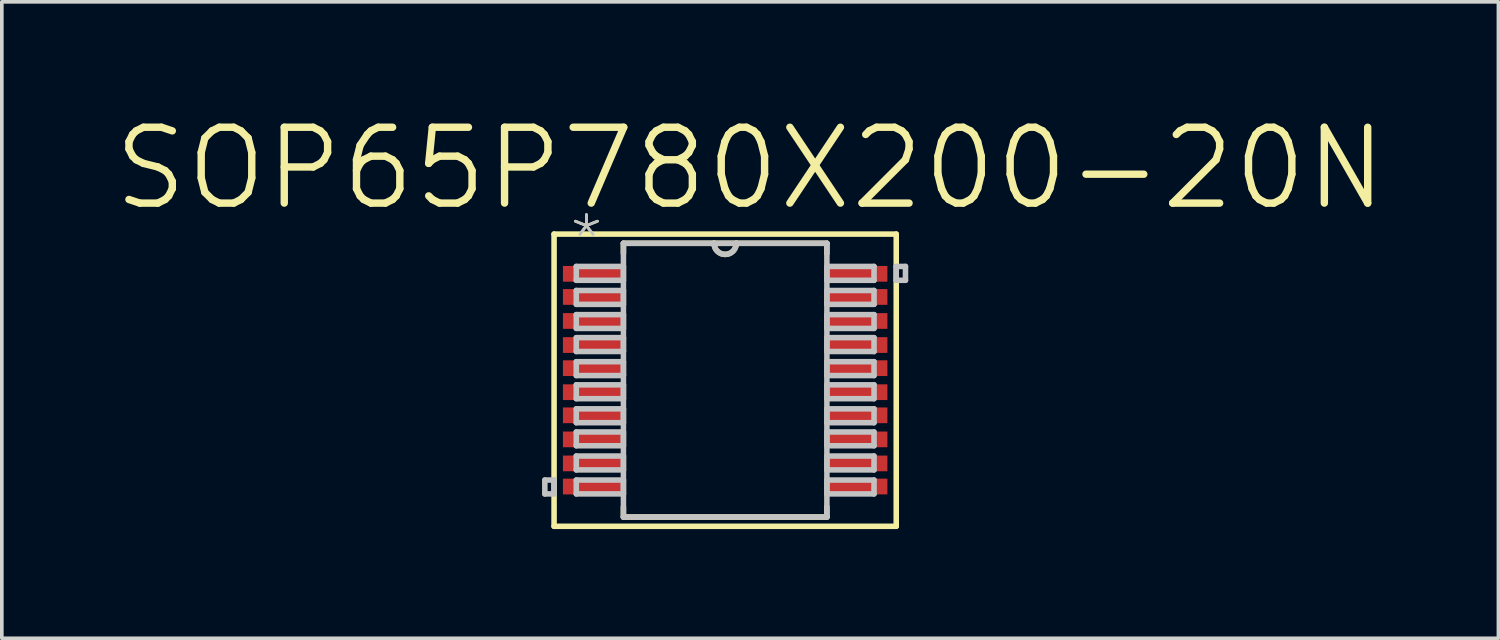
<source format=kicad_pcb>
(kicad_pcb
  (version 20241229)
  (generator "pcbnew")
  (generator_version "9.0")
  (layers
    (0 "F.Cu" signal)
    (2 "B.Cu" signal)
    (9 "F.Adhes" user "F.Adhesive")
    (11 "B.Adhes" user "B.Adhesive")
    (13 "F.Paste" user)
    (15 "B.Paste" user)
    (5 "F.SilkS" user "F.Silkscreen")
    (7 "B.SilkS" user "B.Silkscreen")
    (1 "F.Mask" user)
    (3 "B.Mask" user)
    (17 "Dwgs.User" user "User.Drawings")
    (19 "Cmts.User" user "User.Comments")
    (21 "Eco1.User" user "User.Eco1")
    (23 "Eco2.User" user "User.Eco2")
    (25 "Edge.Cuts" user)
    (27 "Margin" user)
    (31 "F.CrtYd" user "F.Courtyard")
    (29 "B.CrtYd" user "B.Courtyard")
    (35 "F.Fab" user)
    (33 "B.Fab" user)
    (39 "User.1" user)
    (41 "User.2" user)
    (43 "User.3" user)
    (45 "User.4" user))
  (footprint "SOP65P780X200-20N"
    (layer "F.Cu")
    (at 16.867 7.392)
    (property "Reference" "SOP65P780X200-20N" (at 0.686 -5.817 0) (layer "F.SilkS") (effects (font (size 2.083 2.083) (thickness 0.203))))
    (attr smd)
    (fp_line (start -4.699 -4.013) (end 4.699 -4.013) (stroke (width 0.152) (type solid)) (layer "F.SilkS"))
    (fp_line (start -4.699 4.013) (end -4.699 -4.013) (stroke (width 0.152) (type solid)) (layer "F.SilkS"))
    (fp_line (start -2.794 -3.759) (end -2.794 -3.48) (stroke (width 0.152) (type solid)) (layer "F.SilkS"))
    (fp_line (start -2.794 3.48) (end -2.794 3.759) (stroke (width 0.152) (type solid)) (layer "F.SilkS"))
    (fp_line (start -2.794 3.759) (end 2.794 3.759) (stroke (width 0.152) (type solid)) (layer "F.SilkS"))
    (fp_line (start -0.305 -3.759) (end -2.794 -3.759) (stroke (width 0.152) (type solid)) (layer "F.SilkS"))
    (fp_line (start 0.305 -3.759) (end -0.305 -3.759) (stroke (width 0.152) (type solid)) (layer "F.SilkS"))
    (fp_line (start 2.794 -3.759) (end 0.305 -3.759) (stroke (width 0.152) (type solid)) (layer "F.SilkS"))
    (fp_line (start 2.794 -3.48) (end 2.794 -3.759) (stroke (width 0.152) (type solid)) (layer "F.SilkS"))
    (fp_line (start 2.794 3.759) (end 2.794 3.48) (stroke (width 0.152) (type solid)) (layer "F.SilkS"))
    (fp_line (start 4.699 -4.013) (end 4.699 4.013) (stroke (width 0.152) (type solid)) (layer "F.SilkS"))
    (fp_line (start 4.699 4.013) (end -4.699 4.013) (stroke (width 0.152) (type solid)) (layer "F.SilkS"))
    (fp_arc (start 0.3048 -3.7592) (mid 0 -3.4544) (end -0.3048 -3.7592) (stroke (width 0.1524) (type solid)) (layer "F.SilkS"))
    (fp_line (start -4.953 2.743) (end -4.953 3.124) (stroke (width 0.152) (type solid)) (layer "Dwgs.User"))
    (fp_line (start -4.953 3.124) (end -4.699 3.124) (stroke (width 0.152) (type solid)) (layer "Dwgs.User"))
    (fp_line (start -4.699 2.743) (end -4.953 2.743) (stroke (width 0.152) (type solid)) (layer "Dwgs.User"))
    (fp_line (start -4.699 3.124) (end -4.699 2.743) (stroke (width 0.152) (type solid)) (layer "Dwgs.User"))
    (fp_line (start -4.089 -3.124) (end -4.089 -2.743) (stroke (width 0.152) (type solid)) (layer "Dwgs.User"))
    (fp_line (start -4.089 -2.743) (end -2.794 -2.743) (stroke (width 0.152) (type solid)) (layer "Dwgs.User"))
    (fp_line (start -4.089 -2.464) (end -4.089 -2.083) (stroke (width 0.152) (type solid)) (layer "Dwgs.User"))
    (fp_line (start -4.089 -2.083) (end -2.794 -2.083) (stroke (width 0.152) (type solid)) (layer "Dwgs.User"))
    (fp_line (start -4.089 -1.801) (end -4.089 -1.422) (stroke (width 0.152) (type solid)) (layer "Dwgs.User"))
    (fp_line (start -4.089 -1.422) (end -2.794 -1.422) (stroke (width 0.152) (type solid)) (layer "Dwgs.User"))
    (fp_line (start -4.089 -1.168) (end -4.089 -0.787) (stroke (width 0.152) (type solid)) (layer "Dwgs.User"))
    (fp_line (start -4.089 -0.787) (end -2.794 -0.787) (stroke (width 0.152) (type solid)) (layer "Dwgs.User"))
    (fp_line (start -4.089 -0.508) (end -4.089 -0.127) (stroke (width 0.152) (type solid)) (layer "Dwgs.User"))
    (fp_line (start -4.089 -0.127) (end -2.794 -0.127) (stroke (width 0.152) (type solid)) (layer "Dwgs.User"))
    (fp_line (start -4.089 0.127) (end -4.089 0.508) (stroke (width 0.152) (type solid)) (layer "Dwgs.User"))
    (fp_line (start -4.089 0.508) (end -2.794 0.508) (stroke (width 0.152) (type solid)) (layer "Dwgs.User"))
    (fp_line (start -4.089 0.787) (end -4.089 1.168) (stroke (width 0.152) (type solid)) (layer "Dwgs.User"))
    (fp_line (start -4.089 1.168) (end -2.794 1.168) (stroke (width 0.152) (type solid)) (layer "Dwgs.User"))
    (fp_line (start -4.089 1.422) (end -4.089 1.801) (stroke (width 0.152) (type solid)) (layer "Dwgs.User"))
    (fp_line (start -4.089 1.801) (end -2.794 1.801) (stroke (width 0.152) (type solid)) (layer "Dwgs.User"))
    (fp_line (start -4.089 2.083) (end -4.089 2.464) (stroke (width 0.152) (type solid)) (layer "Dwgs.User"))
    (fp_line (start -4.089 2.464) (end -2.794 2.464) (stroke (width 0.152) (type solid)) (layer "Dwgs.User"))
    (fp_line (start -4.089 2.743) (end -4.089 3.124) (stroke (width 0.152) (type solid)) (layer "Dwgs.User"))
    (fp_line (start -4.089 3.124) (end -2.794 3.124) (stroke (width 0.152) (type solid)) (layer "Dwgs.User"))
    (fp_line (start -2.794 -3.759) (end -2.794 3.759) (stroke (width 0.152) (type solid)) (layer "Dwgs.User"))
    (fp_line (start -2.794 -3.124) (end -4.089 -3.124) (stroke (width 0.152) (type solid)) (layer "Dwgs.User"))
    (fp_line (start -2.794 -2.743) (end -2.794 -3.124) (stroke (width 0.152) (type solid)) (layer "Dwgs.User"))
    (fp_line (start -2.794 -2.464) (end -4.089 -2.464) (stroke (width 0.152) (type solid)) (layer "Dwgs.User"))
    (fp_line (start -2.794 -2.083) (end -2.794 -2.464) (stroke (width 0.152) (type solid)) (layer "Dwgs.User"))
    (fp_line (start -2.794 -1.801) (end -4.089 -1.801) (stroke (width 0.152) (type solid)) (layer "Dwgs.User"))
    (fp_line (start -2.794 -1.422) (end -2.794 -1.801) (stroke (width 0.152) (type solid)) (layer "Dwgs.User"))
    (fp_line (start -2.794 -1.168) (end -4.089 -1.168) (stroke (width 0.152) (type solid)) (layer "Dwgs.User"))
    (fp_line (start -2.794 -0.787) (end -2.794 -1.168) (stroke (width 0.152) (type solid)) (layer "Dwgs.User"))
    (fp_line (start -2.794 -0.508) (end -4.089 -0.508) (stroke (width 0.152) (type solid)) (layer "Dwgs.User"))
    (fp_line (start -2.794 -0.127) (end -2.794 -0.508) (stroke (width 0.152) (type solid)) (layer "Dwgs.User"))
    (fp_line (start -2.794 0.127) (end -4.089 0.127) (stroke (width 0.152) (type solid)) (layer "Dwgs.User"))
    (fp_line (start -2.794 0.508) (end -2.794 0.127) (stroke (width 0.152) (type solid)) (layer "Dwgs.User"))
    (fp_line (start -2.794 0.787) (end -4.089 0.787) (stroke (width 0.152) (type solid)) (layer "Dwgs.User"))
    (fp_line (start -2.794 1.168) (end -2.794 0.787) (stroke (width 0.152) (type solid)) (layer "Dwgs.User"))
    (fp_line (start -2.794 1.422) (end -4.089 1.422) (stroke (width 0.152) (type solid)) (layer "Dwgs.User"))
    (fp_line (start -2.794 1.801) (end -2.794 1.422) (stroke (width 0.152) (type solid)) (layer "Dwgs.User"))
    (fp_line (start -2.794 2.083) (end -4.089 2.083) (stroke (width 0.152) (type solid)) (layer "Dwgs.User"))
    (fp_line (start -2.794 2.464) (end -2.794 2.083) (stroke (width 0.152) (type solid)) (layer "Dwgs.User"))
    (fp_line (start -2.794 2.743) (end -4.089 2.743) (stroke (width 0.152) (type solid)) (layer "Dwgs.User"))
    (fp_line (start -2.794 3.124) (end -2.794 2.743) (stroke (width 0.152) (type solid)) (layer "Dwgs.User"))
    (fp_line (start -2.794 3.759) (end 2.794 3.759) (stroke (width 0.152) (type solid)) (layer "Dwgs.User"))
    (fp_line (start -0.305 -3.759) (end -2.794 -3.759) (stroke (width 0.152) (type solid)) (layer "Dwgs.User"))
    (fp_line (start 0.305 -3.759) (end -0.305 -3.759) (stroke (width 0.152) (type solid)) (layer "Dwgs.User"))
    (fp_line (start 2.794 -3.759) (end 0.305 -3.759) (stroke (width 0.152) (type solid)) (layer "Dwgs.User"))
    (fp_line (start 2.794 -3.124) (end 2.794 -2.743) (stroke (width 0.152) (type solid)) (layer "Dwgs.User"))
    (fp_line (start 2.794 -2.743) (end 4.089 -2.743) (stroke (width 0.152) (type solid)) (layer "Dwgs.User"))
    (fp_line (start 2.794 -2.464) (end 2.794 -2.083) (stroke (width 0.152) (type solid)) (layer "Dwgs.User"))
    (fp_line (start 2.794 -2.083) (end 4.089 -2.083) (stroke (width 0.152) (type solid)) (layer "Dwgs.User"))
    (fp_line (start 2.794 -1.801) (end 2.794 -1.422) (stroke (width 0.152) (type solid)) (layer "Dwgs.User"))
    (fp_line (start 2.794 -1.422) (end 4.089 -1.422) (stroke (width 0.152) (type solid)) (layer "Dwgs.User"))
    (fp_line (start 2.794 -1.168) (end 2.794 -0.787) (stroke (width 0.152) (type solid)) (layer "Dwgs.User"))
    (fp_line (start 2.794 -0.787) (end 4.089 -0.787) (stroke (width 0.152) (type solid)) (layer "Dwgs.User"))
    (fp_line (start 2.794 -0.508) (end 2.794 -0.127) (stroke (width 0.152) (type solid)) (layer "Dwgs.User"))
    (fp_line (start 2.794 -0.127) (end 4.089 -0.127) (stroke (width 0.152) (type solid)) (layer "Dwgs.User"))
    (fp_line (start 2.794 0.127) (end 2.794 0.508) (stroke (width 0.152) (type solid)) (layer "Dwgs.User"))
    (fp_line (start 2.794 0.508) (end 4.089 0.508) (stroke (width 0.152) (type solid)) (layer "Dwgs.User"))
    (fp_line (start 2.794 0.787) (end 2.794 1.168) (stroke (width 0.152) (type solid)) (layer "Dwgs.User"))
    (fp_line (start 2.794 1.168) (end 4.089 1.168) (stroke (width 0.152) (type solid)) (layer "Dwgs.User"))
    (fp_line (start 2.794 1.422) (end 2.794 1.801) (stroke (width 0.152) (type solid)) (layer "Dwgs.User"))
    (fp_line (start 2.794 1.801) (end 4.089 1.801) (stroke (width 0.152) (type solid)) (layer "Dwgs.User"))
    (fp_line (start 2.794 2.083) (end 2.794 2.464) (stroke (width 0.152) (type solid)) (layer "Dwgs.User"))
    (fp_line (start 2.794 2.464) (end 4.089 2.464) (stroke (width 0.152) (type solid)) (layer "Dwgs.User"))
    (fp_line (start 2.794 2.743) (end 2.794 3.124) (stroke (width 0.152) (type solid)) (layer "Dwgs.User"))
    (fp_line (start 2.794 3.124) (end 4.089 3.124) (stroke (width 0.152) (type solid)) (layer "Dwgs.User"))
    (fp_line (start 2.794 3.759) (end 2.794 -3.759) (stroke (width 0.152) (type solid)) (layer "Dwgs.User"))
    (fp_line (start 4.089 -3.124) (end 2.794 -3.124) (stroke (width 0.152) (type solid)) (layer "Dwgs.User"))
    (fp_line (start 4.089 -2.743) (end 4.089 -3.124) (stroke (width 0.152) (type solid)) (layer "Dwgs.User"))
    (fp_line (start 4.089 -2.464) (end 2.794 -2.464) (stroke (width 0.152) (type solid)) (layer "Dwgs.User"))
    (fp_line (start 4.089 -2.083) (end 4.089 -2.464) (stroke (width 0.152) (type solid)) (layer "Dwgs.User"))
    (fp_line (start 4.089 -1.801) (end 2.794 -1.801) (stroke (width 0.152) (type solid)) (layer "Dwgs.User"))
    (fp_line (start 4.089 -1.422) (end 4.089 -1.801) (stroke (width 0.152) (type solid)) (layer "Dwgs.User"))
    (fp_line (start 4.089 -1.168) (end 2.794 -1.168) (stroke (width 0.152) (type solid)) (layer "Dwgs.User"))
    (fp_line (start 4.089 -0.787) (end 4.089 -1.168) (stroke (width 0.152) (type solid)) (layer "Dwgs.User"))
    (fp_line (start 4.089 -0.508) (end 2.794 -0.508) (stroke (width 0.152) (type solid)) (layer "Dwgs.User"))
    (fp_line (start 4.089 -0.127) (end 4.089 -0.508) (stroke (width 0.152) (type solid)) (layer "Dwgs.User"))
    (fp_line (start 4.089 0.127) (end 2.794 0.127) (stroke (width 0.152) (type solid)) (layer "Dwgs.User"))
    (fp_line (start 4.089 0.508) (end 4.089 0.127) (stroke (width 0.152) (type solid)) (layer "Dwgs.User"))
    (fp_line (start 4.089 0.787) (end 2.794 0.787) (stroke (width 0.152) (type solid)) (layer "Dwgs.User"))
    (fp_line (start 4.089 1.168) (end 4.089 0.787) (stroke (width 0.152) (type solid)) (layer "Dwgs.User"))
    (fp_line (start 4.089 1.422) (end 2.794 1.422) (stroke (width 0.152) (type solid)) (layer "Dwgs.User"))
    (fp_line (start 4.089 1.801) (end 4.089 1.422) (stroke (width 0.152) (type solid)) (layer "Dwgs.User"))
    (fp_line (start 4.089 2.083) (end 2.794 2.083) (stroke (width 0.152) (type solid)) (layer "Dwgs.User"))
    (fp_line (start 4.089 2.464) (end 4.089 2.083) (stroke (width 0.152) (type solid)) (layer "Dwgs.User"))
    (fp_line (start 4.089 2.743) (end 2.794 2.743) (stroke (width 0.152) (type solid)) (layer "Dwgs.User"))
    (fp_line (start 4.089 3.124) (end 4.089 2.743) (stroke (width 0.152) (type solid)) (layer "Dwgs.User"))
    (fp_line (start 4.699 -3.124) (end 4.953 -3.124) (stroke (width 0.152) (type solid)) (layer "Dwgs.User"))
    (fp_line (start 4.699 -2.743) (end 4.699 -3.124) (stroke (width 0.152) (type solid)) (layer "Dwgs.User"))
    (fp_line (start 4.953 -3.124) (end 4.953 -2.743) (stroke (width 0.152) (type solid)) (layer "Dwgs.User"))
    (fp_line (start 4.953 -2.743) (end 4.699 -2.743) (stroke (width 0.152) (type solid)) (layer "Dwgs.User"))
    (fp_arc (start 0.3048 -3.7592) (mid 0 -3.4544) (end -0.3048 -3.7592) (stroke (width 0.1524) (type solid)) (layer "Dwgs.User"))
    (fp_text user "*" (at -3.81 -3.861 0) (layer "F.SilkS") (effects (font (size 1.27 1.27) (thickness 0.076))))
    (fp_text user "*" (at -3.81 -3.861 0) (layer "Dwgs.User") (effects (font (size 1.27 1.27) (thickness 0.076))))
    (pad "1" smd rect (at -3.63 -2.921) (size 1.651 0.432) (layers "F.Cu" "F.Mask" "F.Paste"))
    (pad "2" smd rect (at -3.63 -2.286) (size 1.651 0.432) (layers "F.Cu" "F.Mask" "F.Paste"))
    (pad "3" smd rect (at -3.63 -1.626) (size 1.651 0.432) (layers "F.Cu" "F.Mask" "F.Paste"))
    (pad "4" smd rect (at -3.63 -0.965) (size 1.651 0.432) (layers "F.Cu" "F.Mask" "F.Paste"))
    (pad "5" smd rect (at -3.63 -0.33) (size 1.651 0.432) (layers "F.Cu" "F.Mask" "F.Paste"))
    (pad "6" smd rect (at -3.63 0.33) (size 1.651 0.432) (layers "F.Cu" "F.Mask" "F.Paste"))
    (pad "7" smd rect (at -3.63 0.965) (size 1.651 0.432) (layers "F.Cu" "F.Mask" "F.Paste"))
    (pad "8" smd rect (at -3.63 1.626) (size 1.651 0.432) (layers "F.Cu" "F.Mask" "F.Paste"))
    (pad "9" smd rect (at -3.63 2.286) (size 1.651 0.432) (layers "F.Cu" "F.Mask" "F.Paste"))
    (pad "10" smd rect (at -3.63 2.921) (size 1.651 0.432) (layers "F.Cu" "F.Mask" "F.Paste"))
    (pad "11" smd rect (at 3.63 2.921) (size 1.651 0.432) (layers "F.Cu" "F.Mask" "F.Paste"))
    (pad "12" smd rect (at 3.63 2.286) (size 1.651 0.432) (layers "F.Cu" "F.Mask" "F.Paste"))
    (pad "13" smd rect (at 3.63 1.626) (size 1.651 0.432) (layers "F.Cu" "F.Mask" "F.Paste"))
    (pad "14" smd rect (at 3.63 0.965) (size 1.651 0.432) (layers "F.Cu" "F.Mask" "F.Paste"))
    (pad "15" smd rect (at 3.63 0.33) (size 1.651 0.432) (layers "F.Cu" "F.Mask" "F.Paste"))
    (pad "16" smd rect (at 3.63 -0.33) (size 1.651 0.432) (layers "F.Cu" "F.Mask" "F.Paste"))
    (pad "17" smd rect (at 3.63 -0.965) (size 1.651 0.432) (layers "F.Cu" "F.Mask" "F.Paste"))
    (pad "18" smd rect (at 3.63 -1.626) (size 1.651 0.432) (layers "F.Cu" "F.Mask" "F.Paste"))
    (pad "19" smd rect (at 3.63 -2.286) (size 1.651 0.432) (layers "F.Cu" "F.Mask" "F.Paste"))
    (pad "20" smd rect (at 3.63 -2.921) (size 1.651 0.432) (layers "F.Cu" "F.Mask" "F.Paste")))
  (gr_rect
    (start -3 -3)
    (end 38.105 14.481)
    (stroke (width 0.1) (type default))
    (fill no)
    (layer "Edge.Cuts")))
</source>
